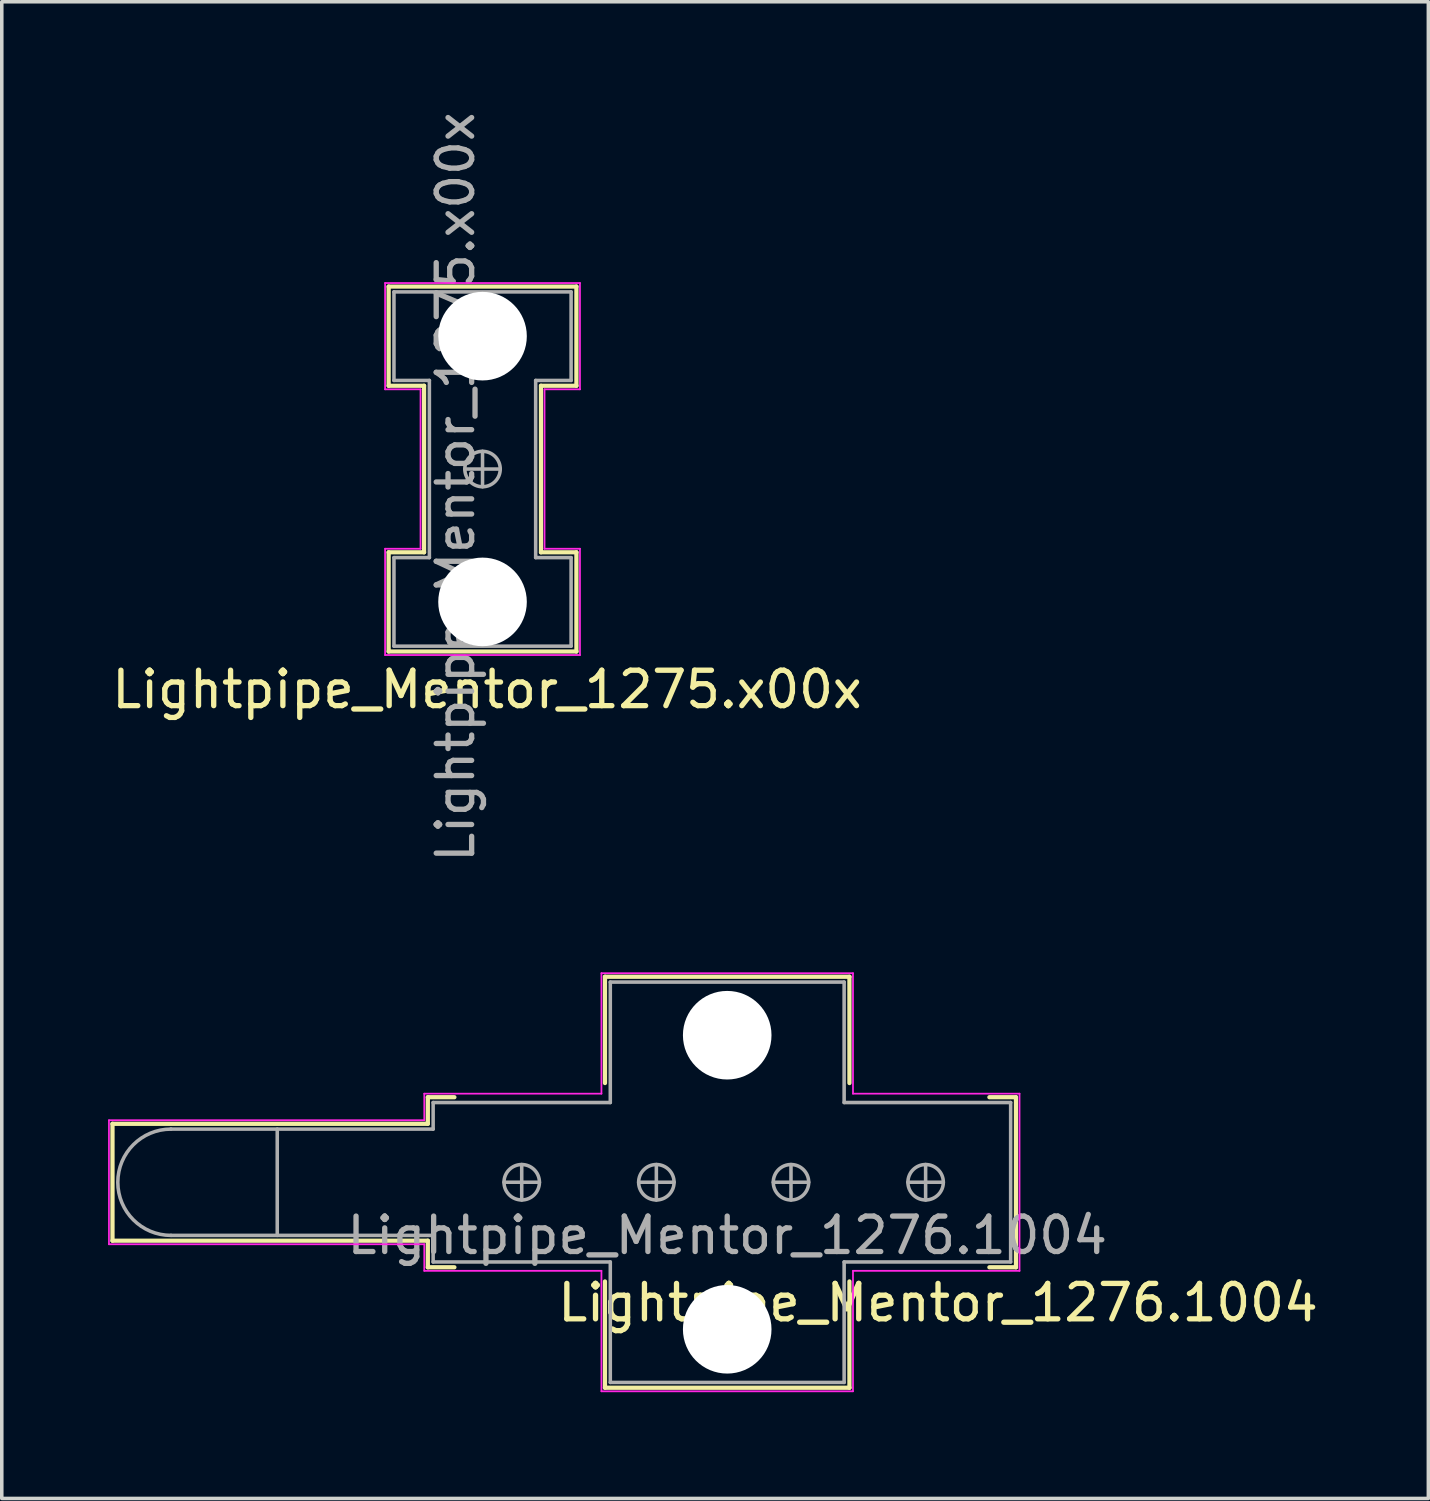
<source format=kicad_pcb>
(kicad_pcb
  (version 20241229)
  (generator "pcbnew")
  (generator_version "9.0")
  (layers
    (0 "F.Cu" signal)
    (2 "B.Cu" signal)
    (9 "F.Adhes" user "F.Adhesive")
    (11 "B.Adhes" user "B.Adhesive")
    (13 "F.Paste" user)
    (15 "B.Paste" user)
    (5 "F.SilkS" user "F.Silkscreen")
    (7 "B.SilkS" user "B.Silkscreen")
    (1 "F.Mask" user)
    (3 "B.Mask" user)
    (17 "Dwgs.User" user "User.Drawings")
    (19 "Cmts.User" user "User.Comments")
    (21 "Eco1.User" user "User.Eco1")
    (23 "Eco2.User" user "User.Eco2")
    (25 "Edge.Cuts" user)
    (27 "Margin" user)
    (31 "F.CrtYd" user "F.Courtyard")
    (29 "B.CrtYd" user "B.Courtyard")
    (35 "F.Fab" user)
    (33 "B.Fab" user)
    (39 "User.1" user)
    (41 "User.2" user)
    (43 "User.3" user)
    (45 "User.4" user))
  (footprint "Lightpipe_Mentor_1276.1004"
    (layer "F.Cu")
    (at 17.475 30.318)
    (property "Reference" "Lightpipe_Mentor_1276.1004" (at 5.95 3.4 0) (layer "F.SilkS") (effects (font (size 1 1) (thickness 0.15))))
    (attr through_hole)
    (fp_line (start -17.35 -1.65) (end -17.35 1.65) (stroke (width 0.12) (type solid)) (layer "F.SilkS"))
    (fp_line (start -17.35 1.65) (end -8.45 1.65) (stroke (width 0.12) (type solid)) (layer "F.SilkS"))
    (fp_line (start -8.45 -2.4) (end -8.45 -1.65) (stroke (width 0.12) (type solid)) (layer "F.SilkS"))
    (fp_line (start -8.45 -2.4) (end -7.7 -2.4) (stroke (width 0.12) (type solid)) (layer "F.SilkS"))
    (fp_line (start -8.45 -1.65) (end -17.35 -1.65) (stroke (width 0.12) (type solid)) (layer "F.SilkS"))
    (fp_line (start -8.45 1.65) (end -8.45 2.4) (stroke (width 0.12) (type solid)) (layer "F.SilkS"))
    (fp_line (start -7.7 2.4) (end -8.45 2.4) (stroke (width 0.12) (type solid)) (layer "F.SilkS"))
    (fp_line (start -3.45 -5.8) (end 3.45 -5.8) (stroke (width 0.12) (type solid)) (layer "F.SilkS"))
    (fp_line (start -3.45 -2.8) (end -3.45 -5.8) (stroke (width 0.12) (type solid)) (layer "F.SilkS"))
    (fp_line (start -3.45 5.8) (end -3.45 2.8) (stroke (width 0.12) (type solid)) (layer "F.SilkS"))
    (fp_line (start 3.45 -5.8) (end 3.45 -2.8) (stroke (width 0.12) (type solid)) (layer "F.SilkS"))
    (fp_line (start 3.45 2.8) (end 3.45 5.8) (stroke (width 0.12) (type solid)) (layer "F.SilkS"))
    (fp_line (start 3.45 5.8) (end -3.45 5.8) (stroke (width 0.12) (type solid)) (layer "F.SilkS"))
    (fp_line (start 7.4 -2.4) (end 8.15 -2.4) (stroke (width 0.12) (type solid)) (layer "F.SilkS"))
    (fp_line (start 8.15 -2.4) (end 8.15 2.4) (stroke (width 0.12) (type solid)) (layer "F.SilkS"))
    (fp_line (start 8.15 2.4) (end 7.4 2.4) (stroke (width 0.12) (type solid)) (layer "F.SilkS"))
    (fp_line (start -17.45 -1.75) (end -8.55 -1.75) (stroke (width 0.05) (type solid)) (layer "F.CrtYd"))
    (fp_line (start -17.45 1.75) (end -17.45 -1.75) (stroke (width 0.05) (type solid)) (layer "F.CrtYd"))
    (fp_line (start -8.55 -1.75) (end -8.55 -2.5) (stroke (width 0.05) (type solid)) (layer "F.CrtYd"))
    (fp_line (start -8.55 1.75) (end -17.45 1.75) (stroke (width 0.05) (type solid)) (layer "F.CrtYd"))
    (fp_line (start -8.55 2.5) (end -8.55 1.75) (stroke (width 0.05) (type solid)) (layer "F.CrtYd"))
    (fp_line (start -8.55 2.5) (end -3.55 2.5) (stroke (width 0.05) (type solid)) (layer "F.CrtYd"))
    (fp_line (start -3.55 -5.9) (end -3.55 -2.5) (stroke (width 0.05) (type solid)) (layer "F.CrtYd"))
    (fp_line (start -3.55 -2.5) (end -8.55 -2.5) (stroke (width 0.05) (type solid)) (layer "F.CrtYd"))
    (fp_line (start -3.55 2.5) (end -3.55 5.9) (stroke (width 0.05) (type solid)) (layer "F.CrtYd"))
    (fp_line (start -3.55 5.9) (end 3.55 5.9) (stroke (width 0.05) (type solid)) (layer "F.CrtYd"))
    (fp_line (start 3.55 -5.9) (end -3.55 -5.9) (stroke (width 0.05) (type solid)) (layer "F.CrtYd"))
    (fp_line (start 3.55 -2.5) (end 3.55 -5.9) (stroke (width 0.05) (type solid)) (layer "F.CrtYd"))
    (fp_line (start 3.55 2.5) (end 8.25 2.5) (stroke (width 0.05) (type solid)) (layer "F.CrtYd"))
    (fp_line (start 3.55 5.9) (end 3.55 2.5) (stroke (width 0.05) (type solid)) (layer "F.CrtYd"))
    (fp_line (start 8.25 -2.5) (end 3.55 -2.5) (stroke (width 0.05) (type solid)) (layer "F.CrtYd"))
    (fp_line (start 8.25 2.5) (end 8.25 -2.5) (stroke (width 0.05) (type solid)) (layer "F.CrtYd"))
    (fp_line (start -15.7 -1.5) (end -8.3 -1.5) (stroke (width 0.1) (type solid)) (layer "F.Fab"))
    (fp_line (start -15.7 1.5) (end -8.3 1.5) (stroke (width 0.1) (type solid)) (layer "F.Fab"))
    (fp_line (start -12.7 1.5) (end -12.7 -1.5) (stroke (width 0.1) (type solid)) (layer "F.Fab"))
    (fp_line (start -8.3 -2.25) (end -3.3 -2.25) (stroke (width 0.1) (type solid)) (layer "F.Fab"))
    (fp_line (start -8.3 -1.5) (end -8.3 -2.25) (stroke (width 0.1) (type solid)) (layer "F.Fab"))
    (fp_line (start -8.3 1.5) (end -8.3 2.25) (stroke (width 0.1) (type solid)) (layer "F.Fab"))
    (fp_line (start -8.3 2.25) (end -3.3 2.25) (stroke (width 0.1) (type solid)) (layer "F.Fab"))
    (fp_line (start -6.3 0) (end -5.3 0) (stroke (width 0.1) (type solid)) (layer "F.Fab"))
    (fp_line (start -5.8 -0.5) (end -5.8 0.5) (stroke (width 0.1) (type solid)) (layer "F.Fab"))
    (fp_line (start -3.3 -5.65) (end 3.3 -5.65) (stroke (width 0.1) (type solid)) (layer "F.Fab"))
    (fp_line (start -3.3 -2.25) (end -3.3 -5.65) (stroke (width 0.1) (type solid)) (layer "F.Fab"))
    (fp_line (start -3.3 5.65) (end -3.3 2.25) (stroke (width 0.1) (type solid)) (layer "F.Fab"))
    (fp_line (start -2.5 0) (end -1.5 0) (stroke (width 0.1) (type solid)) (layer "F.Fab"))
    (fp_line (start -2 -0.5) (end -2 0.5) (stroke (width 0.1) (type solid)) (layer "F.Fab"))
    (fp_line (start 1.3 0) (end 2.3 0) (stroke (width 0.1) (type solid)) (layer "F.Fab"))
    (fp_line (start 1.8 -0.5) (end 1.8 0.5) (stroke (width 0.1) (type solid)) (layer "F.Fab"))
    (fp_line (start 3.3 -5.65) (end 3.3 -2.25) (stroke (width 0.1) (type solid)) (layer "F.Fab"))
    (fp_line (start 3.3 -2.25) (end 8 -2.25) (stroke (width 0.1) (type solid)) (layer "F.Fab"))
    (fp_line (start 3.3 2.25) (end 3.3 5.65) (stroke (width 0.1) (type solid)) (layer "F.Fab"))
    (fp_line (start 3.3 5.65) (end -3.3 5.65) (stroke (width 0.1) (type solid)) (layer "F.Fab"))
    (fp_line (start 5.1 0) (end 6.1 0) (stroke (width 0.1) (type solid)) (layer "F.Fab"))
    (fp_line (start 5.6 -0.5) (end 5.6 0.5) (stroke (width 0.1) (type solid)) (layer "F.Fab"))
    (fp_line (start 8 -2.25) (end 8 2.25) (stroke (width 0.1) (type solid)) (layer "F.Fab"))
    (fp_line (start 8 2.25) (end 3.3 2.25) (stroke (width 0.1) (type solid)) (layer "F.Fab"))
    (fp_arc (start -15.7 1.5) (mid -17.2 0) (end -15.7 -1.5) (stroke (width 0.1) (type solid)) (layer "F.Fab"))
    (fp_circle (center -5.8 0) (end -5.8 0.5) (stroke (width 0.1) (type solid)) (fill no) (layer "F.Fab"))
    (fp_circle (center -2 0) (end -2 0.5) (stroke (width 0.1) (type solid)) (fill no) (layer "F.Fab"))
    (fp_circle (center 1.8 0) (end 1.8 0.5) (stroke (width 0.1) (type solid)) (fill no) (layer "F.Fab"))
    (fp_circle (center 5.6 0) (end 5.6 0.5) (stroke (width 0.1) (type solid)) (fill no) (layer "F.Fab"))
    (fp_text user "${REFERENCE}" (at 0 1.5 0) (layer "F.Fab") (effects (font (size 1 1) (thickness 0.15))))
    (pad "" np_thru_hole circle (at 0 -4.15) (size 2.5 2.5) (drill 2.5) (layers "*.Cu" "*.Mask"))
    (pad "" np_thru_hole circle (at 0 4.15) (size 2.5 2.5) (drill 2.5) (layers "*.Cu" "*.Mask")))
  (footprint "Lightpipe_Mentor_1275.x00x"
    (layer "F.Cu")
    (at 10.569 10.188)
    (property "Reference" "Lightpipe_Mentor_1275.x00x" (at 0.127 6.223 0) (layer "F.SilkS") (effects (font (size 1 1) (thickness 0.15))))
    (attr through_hole)
    (fp_line (start -2.65 -5.15) (end 2.65 -5.15) (stroke (width 0.12) (type solid)) (layer "F.SilkS"))
    (fp_line (start -2.65 -2.35) (end -2.65 -5.15) (stroke (width 0.12) (type solid)) (layer "F.SilkS"))
    (fp_line (start -2.65 2.35) (end -2.65 5.15) (stroke (width 0.12) (type solid)) (layer "F.SilkS"))
    (fp_line (start -1.65 -2.35) (end -2.65 -2.35) (stroke (width 0.12) (type solid)) (layer "F.SilkS"))
    (fp_line (start -1.65 -2.35) (end -1.65 2.35) (stroke (width 0.12) (type solid)) (layer "F.SilkS"))
    (fp_line (start -1.65 2.35) (end -2.65 2.35) (stroke (width 0.12) (type solid)) (layer "F.SilkS"))
    (fp_line (start 1.65 -2.35) (end 1.65 2.35) (stroke (width 0.12) (type solid)) (layer "F.SilkS"))
    (fp_line (start 1.65 -2.35) (end 2.65 -2.35) (stroke (width 0.12) (type solid)) (layer "F.SilkS"))
    (fp_line (start 1.65 2.35) (end 2.65 2.35) (stroke (width 0.12) (type solid)) (layer "F.SilkS"))
    (fp_line (start 2.65 -5.15) (end 2.65 -2.35) (stroke (width 0.12) (type solid)) (layer "F.SilkS"))
    (fp_line (start 2.65 2.35) (end 2.65 5.15) (stroke (width 0.12) (type solid)) (layer "F.SilkS"))
    (fp_line (start 2.65 5.15) (end -2.65 5.15) (stroke (width 0.12) (type solid)) (layer "F.SilkS"))
    (fp_line (start -2.75 -5.25) (end -2.75 -2.25) (stroke (width 0.05) (type solid)) (layer "F.CrtYd"))
    (fp_line (start -2.75 -2.25) (end -1.75 -2.25) (stroke (width 0.05) (type solid)) (layer "F.CrtYd"))
    (fp_line (start -2.75 2.25) (end -2.75 5.25) (stroke (width 0.05) (type solid)) (layer "F.CrtYd"))
    (fp_line (start -2.75 2.25) (end -1.75 2.25) (stroke (width 0.05) (type solid)) (layer "F.CrtYd"))
    (fp_line (start -2.75 5.25) (end 2.75 5.25) (stroke (width 0.05) (type solid)) (layer "F.CrtYd"))
    (fp_line (start -1.75 2.25) (end -1.75 -2.25) (stroke (width 0.05) (type solid)) (layer "F.CrtYd"))
    (fp_line (start 1.75 -2.25) (end 1.75 2.25) (stroke (width 0.05) (type solid)) (layer "F.CrtYd"))
    (fp_line (start 2.75 -5.25) (end -2.75 -5.25) (stroke (width 0.05) (type solid)) (layer "F.CrtYd"))
    (fp_line (start 2.75 -2.25) (end 1.75 -2.25) (stroke (width 0.05) (type solid)) (layer "F.CrtYd"))
    (fp_line (start 2.75 -2.25) (end 2.75 -5.25) (stroke (width 0.05) (type solid)) (layer "F.CrtYd"))
    (fp_line (start 2.75 2.25) (end 1.75 2.25) (stroke (width 0.05) (type solid)) (layer "F.CrtYd"))
    (fp_line (start 2.75 5.25) (end 2.75 2.25) (stroke (width 0.05) (type solid)) (layer "F.CrtYd"))
    (fp_line (start -2.5 -5) (end 2.5 -5) (stroke (width 0.1) (type solid)) (layer "F.Fab"))
    (fp_line (start -2.5 -2.5) (end -2.5 -5) (stroke (width 0.1) (type solid)) (layer "F.Fab"))
    (fp_line (start -2.5 -2.5) (end -1.5 -2.5) (stroke (width 0.1) (type solid)) (layer "F.Fab"))
    (fp_line (start -2.5 5) (end -2.5 2.5) (stroke (width 0.1) (type solid)) (layer "F.Fab"))
    (fp_line (start -1.5 -2.5) (end -1.5 2.5) (stroke (width 0.1) (type solid)) (layer "F.Fab"))
    (fp_line (start -1.5 2.5) (end -2.5 2.5) (stroke (width 0.1) (type solid)) (layer "F.Fab"))
    (fp_line (start -0.5 0) (end 0.5 0) (stroke (width 0.1) (type solid)) (layer "F.Fab"))
    (fp_line (start 0 -0.5) (end 0 0.5) (stroke (width 0.1) (type solid)) (layer "F.Fab"))
    (fp_line (start 1.5 -2.5) (end 1.5 2.5) (stroke (width 0.1) (type solid)) (layer "F.Fab"))
    (fp_line (start 1.5 -2.5) (end 2.5 -2.5) (stroke (width 0.1) (type solid)) (layer "F.Fab"))
    (fp_line (start 1.5 2.5) (end 2.5 2.5) (stroke (width 0.1) (type solid)) (layer "F.Fab"))
    (fp_line (start 2.5 -5) (end 2.5 -2.5) (stroke (width 0.1) (type solid)) (layer "F.Fab"))
    (fp_line (start 2.5 2.5) (end 2.5 5) (stroke (width 0.1) (type solid)) (layer "F.Fab"))
    (fp_line (start 2.5 5) (end -2.5 5) (stroke (width 0.1) (type solid)) (layer "F.Fab"))
    (fp_circle (center 0 0) (end 0.5 0) (stroke (width 0.1) (type solid)) (fill no) (layer "F.Fab"))
    (fp_text user "${REFERENCE}" (at -0.762 0.508 90) (layer "F.Fab") (effects (font (size 1 1) (thickness 0.15))))
    (pad "" np_thru_hole circle (at 0 -3.75) (size 2.5 2.5) (drill 2.5) (layers "*.Cu" "*.Mask"))
    (pad "" np_thru_hole circle (at 0 3.75) (size 2.5 2.5) (drill 2.5) (layers "*.Cu" "*.Mask")))
  (gr_rect
    (start -3 -3)
    (end 37.264 39.243)
    (stroke (width 0.1) (type default))
    (fill no)
    (layer "Edge.Cuts")))
</source>
